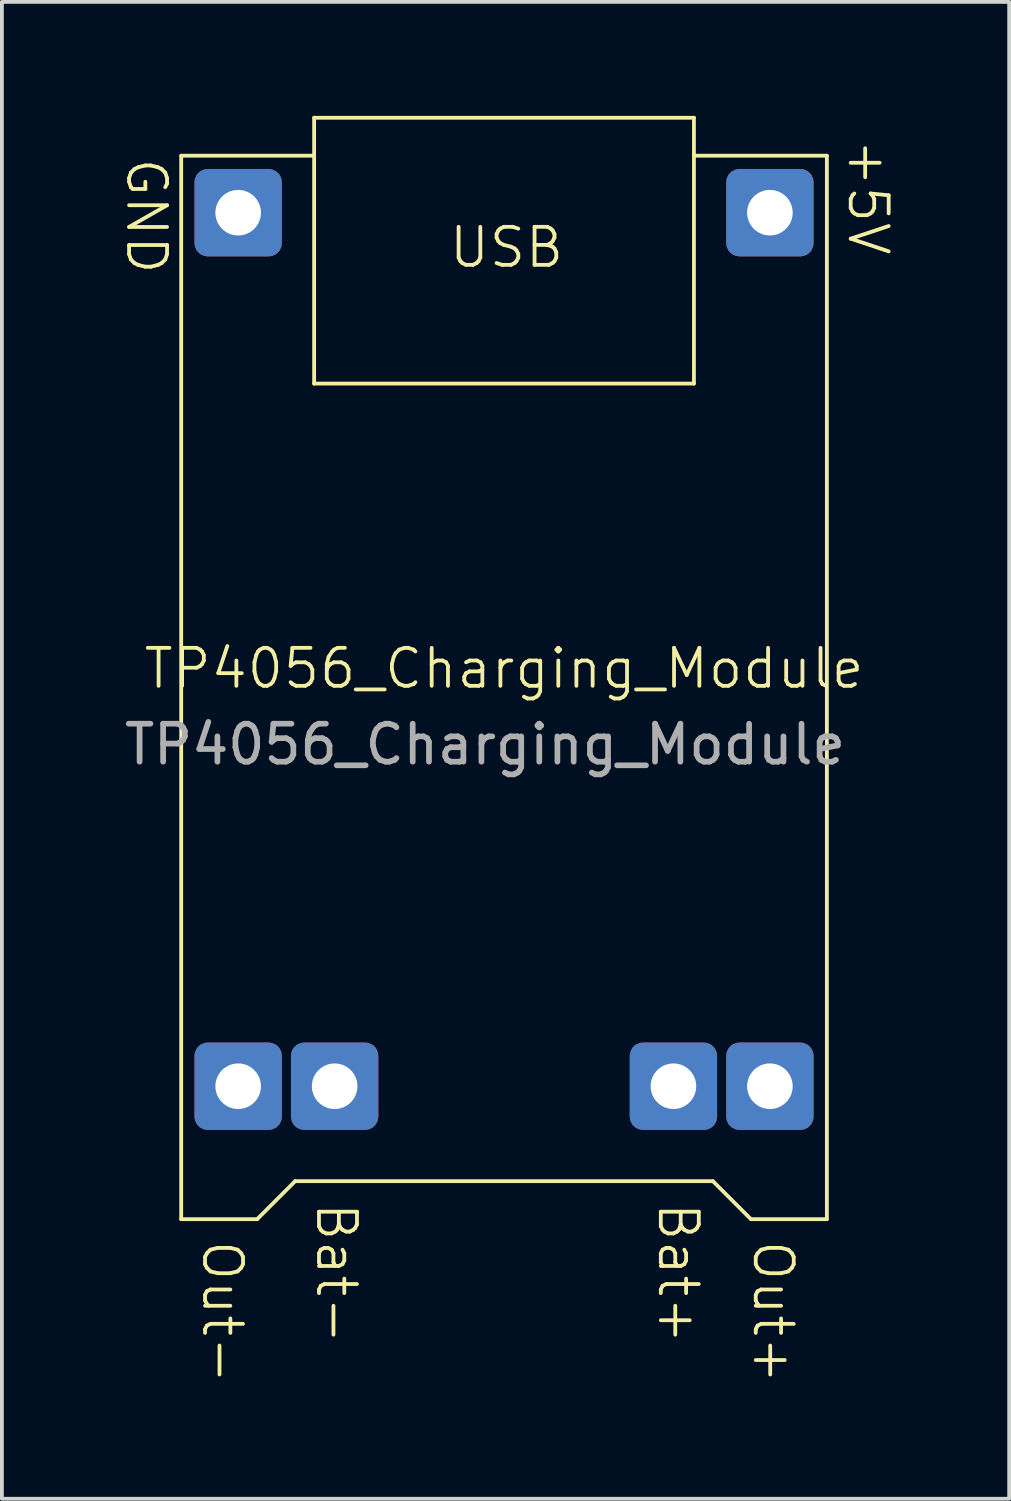
<source format=kicad_pcb>
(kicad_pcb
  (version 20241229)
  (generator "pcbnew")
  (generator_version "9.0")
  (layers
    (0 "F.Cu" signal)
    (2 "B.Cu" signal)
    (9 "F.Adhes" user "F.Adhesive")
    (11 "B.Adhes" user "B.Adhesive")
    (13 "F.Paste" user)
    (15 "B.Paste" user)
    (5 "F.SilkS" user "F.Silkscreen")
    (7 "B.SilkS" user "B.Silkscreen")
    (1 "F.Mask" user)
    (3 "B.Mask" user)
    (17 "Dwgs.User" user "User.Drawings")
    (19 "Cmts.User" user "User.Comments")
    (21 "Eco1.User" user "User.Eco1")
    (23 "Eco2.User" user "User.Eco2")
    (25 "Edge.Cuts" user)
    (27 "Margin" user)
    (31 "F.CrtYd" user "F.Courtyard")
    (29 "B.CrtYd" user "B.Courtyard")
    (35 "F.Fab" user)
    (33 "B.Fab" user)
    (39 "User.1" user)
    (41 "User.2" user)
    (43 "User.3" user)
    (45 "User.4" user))
  (footprint "TP4056_Charging_Module"
    (layer "F.Cu")
    (at 10.221 15.55)
    (property "Reference" "TP4056_Charging_Module" (at 0 -1 0) (unlocked yes) (layer "F.SilkS") (effects (font (size 1 1) (thickness 0.1))))
    (attr smd)
    (fp_line (start -8.5 -14.5) (end -8.5 13.5) (stroke (width 0.1) (type default)) (layer "F.SilkS"))
    (fp_line (start -8.5 13.5) (end -6.5 13.5) (stroke (width 0.1) (type default)) (layer "F.SilkS"))
    (fp_line (start -6.5 13.5) (end -5.5 12.5) (stroke (width 0.1) (type default)) (layer "F.SilkS"))
    (fp_line (start -5.5 12.5) (end 5.5 12.5) (stroke (width 0.1) (type default)) (layer "F.SilkS"))
    (fp_line (start -5 -15.5) (end -5 -14.5) (stroke (width 0.1) (type default)) (layer "F.SilkS"))
    (fp_line (start -5 -14.5) (end -8.5 -14.5) (stroke (width 0.1) (type default)) (layer "F.SilkS"))
    (fp_line (start -5 -14.5) (end -5 -8.5) (stroke (width 0.1) (type default)) (layer "F.SilkS"))
    (fp_line (start -5 -8.5) (end 5 -8.5) (stroke (width 0.1) (type default)) (layer "F.SilkS"))
    (fp_line (start 5 -15.5) (end -5 -15.5) (stroke (width 0.1) (type default)) (layer "F.SilkS"))
    (fp_line (start 5 -14.5) (end 5 -15.5) (stroke (width 0.1) (type default)) (layer "F.SilkS"))
    (fp_line (start 5 -8.5) (end 5 -14.5) (stroke (width 0.1) (type default)) (layer "F.SilkS"))
    (fp_line (start 5.5 12.5) (end 6.5 13.5) (stroke (width 0.1) (type default)) (layer "F.SilkS"))
    (fp_line (start 6.5 13.5) (end 8.5 13.5) (stroke (width 0.1) (type default)) (layer "F.SilkS"))
    (fp_line (start 8.5 -14.5) (end 5 -14.5) (stroke (width 0.1) (type default)) (layer "F.SilkS"))
    (fp_line (start 8.5 13.5) (end 8.5 -14.5) (stroke (width 0.1) (type default)) (layer "F.SilkS"))
    (fp_text user "+5V" (at 9 -15 270) (unlocked yes) (layer "F.SilkS") (effects (font (size 1 1) (thickness 0.1)) (justify left bottom)))
    (fp_text user "Out-" (at -8 14 270) (unlocked yes) (layer "F.SilkS") (effects (font (size 1 1) (thickness 0.1)) (justify left bottom)))
    (fp_text user "Bat+" (at 4 13 270) (unlocked yes) (layer "F.SilkS") (effects (font (size 1 1) (thickness 0.1)) (justify left bottom)))
    (fp_text user "Bat-" (at -5 13 270) (unlocked yes) (layer "F.SilkS") (effects (font (size 1 1) (thickness 0.1)) (justify left bottom)))
    (fp_text user "GND" (at -10 -14.5 270) (unlocked yes) (layer "F.SilkS") (effects (font (size 1 1) (thickness 0.1)) (justify left bottom)))
    (fp_text user "USB" (at -1.5 -11.5 0) (unlocked yes) (layer "F.SilkS") (effects (font (size 1 1) (thickness 0.1)) (justify left bottom)))
    (fp_text user "Out+" (at 6.5 14 270) (unlocked yes) (layer "F.SilkS") (effects (font (size 1 1) (thickness 0.1)) (justify left bottom)))
    (fp_text user "${REFERENCE}" (at -0.5 1 0) (unlocked yes) (layer "F.Fab") (effects (font (size 1 1) (thickness 0.15))))
    (pad "1" thru_hole roundrect (at 7 -13) (size 2.3 2.3) (drill 1.2) (layers "*.Cu" "*.Mask") (roundrect_rratio 0.15))
    (pad "2" thru_hole roundrect (at -7 -13) (size 2.3 2.3) (drill 1.2) (layers "*.Cu" "*.Mask") (roundrect_rratio 0.15))
    (pad "3" thru_hole roundrect (at 4.46 10) (size 2.3 2.3) (drill 1.2) (layers "*.Cu" "*.Mask") (roundrect_rratio 0.15))
    (pad "4" thru_hole roundrect (at -4.46 10) (size 2.3 2.3) (drill 1.2) (layers "*.Cu" "*.Mask") (roundrect_rratio 0.15))
    (pad "5" thru_hole roundrect (at 7 10) (size 2.3 2.3) (drill 1.2) (layers "*.Cu" "*.Mask") (roundrect_rratio 0.15))
    (pad "6" thru_hole roundrect (at -7 10) (size 2.3 2.3) (drill 1.2) (layers "*.Cu" "*.Mask") (roundrect_rratio 0.15)))
  (gr_rect
    (start -3 -3)
    (end 23.521 36.412)
    (stroke (width 0.1) (type default))
    (fill no)
    (layer "Edge.Cuts")))
</source>
